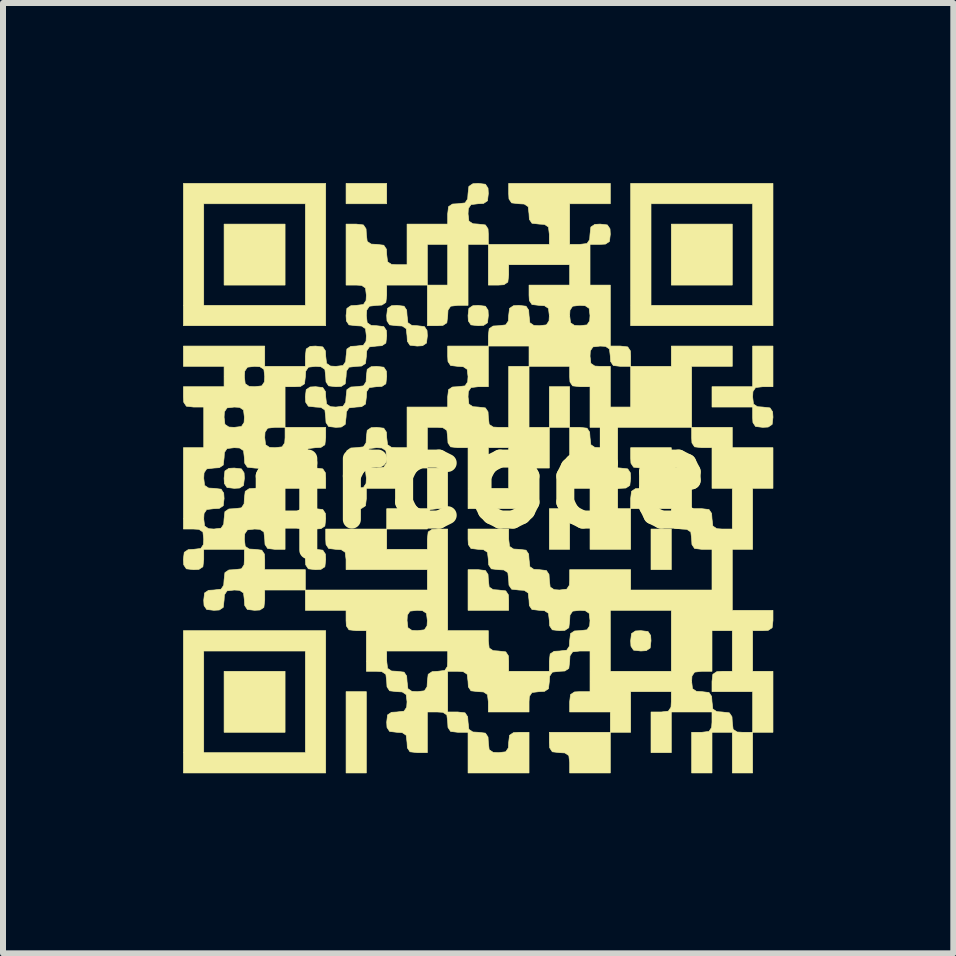
<source format=kicad_pcb>
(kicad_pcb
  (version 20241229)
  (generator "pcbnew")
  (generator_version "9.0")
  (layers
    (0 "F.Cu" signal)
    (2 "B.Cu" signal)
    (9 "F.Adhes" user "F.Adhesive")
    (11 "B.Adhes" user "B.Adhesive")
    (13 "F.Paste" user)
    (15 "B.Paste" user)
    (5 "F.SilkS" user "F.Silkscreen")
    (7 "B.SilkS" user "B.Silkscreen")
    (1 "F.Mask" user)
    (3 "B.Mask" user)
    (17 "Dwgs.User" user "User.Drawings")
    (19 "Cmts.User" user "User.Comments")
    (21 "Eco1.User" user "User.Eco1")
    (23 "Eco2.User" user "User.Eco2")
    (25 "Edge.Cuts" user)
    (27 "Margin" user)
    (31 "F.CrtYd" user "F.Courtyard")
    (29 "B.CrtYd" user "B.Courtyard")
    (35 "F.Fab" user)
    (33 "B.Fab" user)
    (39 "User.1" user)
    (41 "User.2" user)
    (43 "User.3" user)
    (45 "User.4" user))
  (footprint "qrcode"
    (layer "F.Cu")
    (at 4.916 4.916)
    (property "Reference" "qrcode" (at 0 0 0) (layer "F.SilkS") (effects (font (size 1.524 1.524) (thickness 0.3))))
    (attr through_hole)
    (fp_poly (pts (xy -3.217 -3.217) (xy -4.233 -3.217) (xy -4.233 -4.233) (xy -3.217 -4.233) (xy -3.217 -3.217)) (stroke (width 0.01) (type solid)) (fill yes) (layer "F.SilkS"))
    (fp_poly (pts (xy -3.217 4.233) (xy -4.233 4.233) (xy -4.233 3.217) (xy -3.217 3.217) (xy -3.217 4.233)) (stroke (width 0.01) (type solid)) (fill yes) (layer "F.SilkS"))
    (fp_poly (pts (xy -1.863 4.911) (xy -2.201 4.911) (xy -2.201 3.556) (xy -1.863 3.556) (xy -1.863 4.911)) (stroke (width 0.01) (type solid)) (fill yes) (layer "F.SilkS"))
    (fp_poly (pts (xy -1.524 -4.572) (xy -2.201 -4.572) (xy -2.201 -4.911) (xy -1.524 -4.911) (xy -1.524 -4.572)) (stroke (width 0.01) (type solid)) (fill yes) (layer "F.SilkS"))
    (fp_poly (pts (xy 1.524 -0.847) (xy 1.185 -0.847) (xy 1.185 -1.524) (xy 1.524 -1.524) (xy 1.524 -0.847)) (stroke (width 0.01) (type solid)) (fill yes) (layer "F.SilkS"))
    (fp_poly (pts (xy 1.524 1.185) (xy 1.185 1.185) (xy 1.185 0.508) (xy 1.524 0.508) (xy 1.524 1.185)) (stroke (width 0.01) (type solid)) (fill yes) (layer "F.SilkS"))
    (fp_poly (pts (xy 3.217 1.524) (xy 2.879 1.524) (xy 2.879 0.847) (xy 3.217 0.847) (xy 3.217 1.524)) (stroke (width 0.01) (type solid)) (fill yes) (layer "F.SilkS"))
    (fp_poly (pts (xy 4.233 -3.217) (xy 3.217 -3.217) (xy 3.217 -4.233) (xy 4.233 -4.233) (xy 4.233 -3.217)) (stroke (width 0.01) (type solid)) (fill yes) (layer "F.SilkS"))
    (fp_poly (pts (xy -2.54 -2.54) (xy -4.911 -2.54) (xy -4.911 -4.572) (xy -4.572 -4.572) (xy -4.572 -2.879) (xy -2.879 -2.879) (xy -2.879 -4.572) (xy -4.572 -4.572) (xy -4.911 -4.572) (xy -4.911 -4.911) (xy -2.54 -4.911) (xy -2.54 -2.54)) (stroke (width 0.01) (type solid)) (fill yes) (layer "F.SilkS"))
    (fp_poly (pts (xy -2.54 4.911) (xy -4.911 4.911) (xy -4.911 2.879) (xy -4.572 2.879) (xy -4.572 4.572) (xy -2.879 4.572) (xy -2.879 2.879) (xy -4.572 2.879) (xy -4.911 2.879) (xy -4.911 2.54) (xy -2.54 2.54) (xy -2.54 4.911)) (stroke (width 0.01) (type solid)) (fill yes) (layer "F.SilkS"))
    (fp_poly (pts (xy -0.508 0.508) (xy -0.677 0.508) (xy -0.797 0.522) (xy -0.841 0.588) (xy -0.847 0.677) (xy -0.847 0.847) (xy -1.524 0.847) (xy -1.524 0.508) (xy -0.847 0.508) (xy -0.847 -0.169) (xy -0.508 -0.169) (xy -0.508 0.508)) (stroke (width 0.01) (type solid)) (fill yes) (layer "F.SilkS"))
    (fp_poly (pts (xy 2.201 4.911) (xy 1.524 4.911) (xy 1.524 4.741) (xy 1.51 4.621) (xy 1.444 4.577) (xy 1.355 4.572) (xy 1.235 4.558) (xy 1.191 4.492) (xy 1.185 4.403) (xy 1.185 4.233) (xy 2.201 4.233) (xy 2.201 4.911)) (stroke (width 0.01) (type solid)) (fill yes) (layer "F.SilkS"))
    (fp_poly (pts (xy 4.911 -2.54) (xy 2.54 -2.54) (xy 2.54 -4.572) (xy 2.879 -4.572) (xy 2.879 -2.879) (xy 4.572 -2.879) (xy 4.572 -4.572) (xy 2.879 -4.572) (xy 2.54 -4.572) (xy 2.54 -4.911) (xy 4.911 -4.911) (xy 4.911 -2.54)) (stroke (width 0.01) (type solid)) (fill yes) (layer "F.SilkS"))
    (fp_poly (pts (xy -3.944 -0.155) (xy -3.9 -0.089) (xy -3.895 0) (xy -3.909 0.12) (xy -3.975 0.164) (xy -4.064 0.169) (xy -4.184 0.155) (xy -4.228 0.089) (xy -4.233 0) (xy -4.219 -0.12) (xy -4.153 -0.164) (xy -4.064 -0.169) (xy -3.944 -0.155)) (stroke (width 0.01) (type solid)) (fill yes) (layer "F.SilkS"))
    (fp_poly (pts (xy -2.589 0.522) (xy -2.545 0.588) (xy -2.54 0.677) (xy -2.554 0.797) (xy -2.62 0.841) (xy -2.709 0.847) (xy -2.829 0.833) (xy -2.873 0.767) (xy -2.879 0.677) (xy -2.865 0.557) (xy -2.799 0.513) (xy -2.709 0.508) (xy -2.589 0.522)) (stroke (width 0.01) (type solid)) (fill yes) (layer "F.SilkS"))
    (fp_poly (pts (xy -2.589 1.199) (xy -2.545 1.265) (xy -2.54 1.355) (xy -2.554 1.475) (xy -2.62 1.519) (xy -2.709 1.524) (xy -2.829 1.51) (xy -2.873 1.444) (xy -2.879 1.355) (xy -2.865 1.235) (xy -2.799 1.191) (xy -2.709 1.185) (xy -2.589 1.199)) (stroke (width 0.01) (type solid)) (fill yes) (layer "F.SilkS"))
    (fp_poly (pts (xy 0.12 -2.865) (xy 0.164 -2.799) (xy 0.169 -2.709) (xy 0.155 -2.589) (xy 0.089 -2.545) (xy 0 -2.54) (xy -0.12 -2.554) (xy -0.164 -2.62) (xy -0.169 -2.709) (xy -0.155 -2.829) (xy -0.089 -2.873) (xy 0 -2.879) (xy 0.12 -2.865)) (stroke (width 0.01) (type solid)) (fill yes) (layer "F.SilkS"))
    (fp_poly (pts (xy 2.829 2.554) (xy 2.873 2.62) (xy 2.879 2.709) (xy 2.865 2.829) (xy 2.799 2.873) (xy 2.709 2.879) (xy 2.589 2.865) (xy 2.545 2.799) (xy 2.54 2.709) (xy 2.554 2.589) (xy 2.62 2.545) (xy 2.709 2.54) (xy 2.829 2.554)) (stroke (width 0.01) (type solid)) (fill yes) (layer "F.SilkS"))
    (fp_poly (pts (xy 0.12 1.538) (xy 0.164 1.604) (xy 0.169 1.693) (xy 0.183 1.813) (xy 0.249 1.857) (xy 0.339 1.863) (xy 0.459 1.877) (xy 0.503 1.943) (xy 0.508 2.032) (xy 0.508 2.201) (xy -0.169 2.201) (xy -0.169 1.524) (xy 0 1.524) (xy 0.12 1.538)) (stroke (width 0.01) (type solid)) (fill yes) (layer "F.SilkS"))
    (fp_poly (pts (xy 4.911 -1.524) (xy 4.741 -1.524) (xy 4.621 -1.51) (xy 4.577 -1.444) (xy 4.572 -1.355) (xy 4.586 -1.235) (xy 4.652 -1.191) (xy 4.741 -1.185) (xy 4.861 -1.171) (xy 4.905 -1.105) (xy 4.911 -1.016) (xy 4.897 -0.896) (xy 4.831 -0.852) (xy 4.741 -0.847) (xy 4.621 -0.861) (xy 4.577 -0.927) (xy 4.572 -1.016) (xy 4.572 -1.185) (xy 3.895 -1.185) (xy 3.895 -1.524) (xy 4.572 -1.524) (xy 4.572 -2.201) (xy 4.911 -2.201) (xy 4.911 -1.524)) (stroke (width 0.01) (type solid)) (fill yes) (layer "F.SilkS"))
    (fp_poly (pts (xy -1.235 -2.865) (xy -1.191 -2.799) (xy -1.185 -2.709) (xy -1.171 -2.589) (xy -1.105 -2.545) (xy -1.016 -2.54) (xy -0.896 -2.526) (xy -0.852 -2.46) (xy -0.847 -2.371) (xy -0.861 -2.251) (xy -0.927 -2.207) (xy -1.016 -2.201) (xy -1.136 -2.215) (xy -1.18 -2.281) (xy -1.185 -2.371) (xy -1.199 -2.491) (xy -1.265 -2.535) (xy -1.355 -2.54) (xy -1.475 -2.554) (xy -1.519 -2.62) (xy -1.524 -2.709) (xy -1.51 -2.829) (xy -1.444 -2.873) (xy -1.355 -2.879) (xy -1.235 -2.865)) (stroke (width 0.01) (type solid)) (fill yes) (layer "F.SilkS"))
    (fp_poly (pts (xy 1.813 -0.833) (xy 1.857 -0.767) (xy 1.863 -0.677) (xy 1.877 -0.557) (xy 1.943 -0.513) (xy 2.032 -0.508) (xy 2.152 -0.494) (xy 2.196 -0.428) (xy 2.201 -0.339) (xy 2.215 -0.219) (xy 2.281 -0.175) (xy 2.371 -0.169) (xy 2.491 -0.155) (xy 2.535 -0.089) (xy 2.54 0) (xy 2.526 0.12) (xy 2.46 0.164) (xy 2.371 0.169) (xy 2.251 0.183) (xy 2.207 0.249) (xy 2.201 0.339) (xy 2.215 0.459) (xy 2.281 0.503) (xy 2.371 0.508) (xy 2.54 0.508) (xy 2.54 1.185) (xy 1.863 1.185) (xy 1.863 0.169) (xy 1.524 0.169) (xy 1.524 -0.847) (xy 1.693 -0.847) (xy 1.813 -0.833)) (stroke (width 0.01) (type solid)) (fill yes) (layer "F.SilkS"))
    (fp_poly (pts (xy -1.573 -1.849) (xy -1.529 -1.783) (xy -1.524 -1.693) (xy -1.538 -1.573) (xy -1.604 -1.529) (xy -1.693 -1.524) (xy -1.813 -1.51) (xy -1.857 -1.444) (xy -1.863 -1.355) (xy -1.877 -1.235) (xy -1.943 -1.191) (xy -2.032 -1.185) (xy -2.152 -1.171) (xy -2.196 -1.105) (xy -2.201 -1.016) (xy -2.215 -0.896) (xy -2.281 -0.852) (xy -2.371 -0.847) (xy -2.491 -0.861) (xy -2.535 -0.927) (xy -2.54 -1.016) (xy -2.554 -1.136) (xy -2.62 -1.18) (xy -2.709 -1.185) (xy -2.829 -1.199) (xy -2.873 -1.265) (xy -2.879 -1.355) (xy -2.865 -1.475) (xy -2.799 -1.519) (xy -2.709 -1.524) (xy -2.589 -1.51) (xy -2.545 -1.444) (xy -2.54 -1.355) (xy -2.526 -1.235) (xy -2.46 -1.191) (xy -2.371 -1.185) (xy -2.251 -1.199) (xy -2.207 -1.265) (xy -2.201 -1.355) (xy -2.187 -1.475) (xy -2.121 -1.519) (xy -2.032 -1.524) (xy -1.912 -1.538) (xy -1.868 -1.604) (xy -1.863 -1.693) (xy -1.849 -1.813) (xy -1.783 -1.857) (xy -1.693 -1.863) (xy -1.573 -1.849)) (stroke (width 0.01) (type solid)) (fill yes) (layer "F.SilkS"))
    (fp_poly (pts (xy 0.169 -1.524) (xy 0 -1.524) (xy -0.12 -1.51) (xy -0.164 -1.444) (xy -0.169 -1.355) (xy -0.155 -1.235) (xy -0.089 -1.191) (xy 0 -1.185) (xy 0.12 -1.171) (xy 0.164 -1.105) (xy 0.169 -1.016) (xy 0.183 -0.896) (xy 0.249 -0.852) (xy 0.339 -0.847) (xy 0.508 -0.847) (xy 0.508 -1.863) (xy 0.847 -1.863) (xy 0.847 -0.847) (xy 1.185 -0.847) (xy 1.185 -0.169) (xy 0.847 -0.169) (xy 0.847 0.508) (xy -0.169 0.508) (xy -0.169 -0.508) (xy 0.169 -0.508) (xy 0.169 0.169) (xy 0.508 0.169) (xy 0.508 -0.508) (xy 0.169 -0.508) (xy -0.169 -0.508) (xy -0.339 -0.508) (xy -0.459 -0.522) (xy -0.503 -0.588) (xy -0.508 -0.677) (xy -0.522 -0.797) (xy -0.588 -0.841) (xy -0.677 -0.847) (xy -0.847 -0.847) (xy -0.847 -0.169) (xy -1.016 -0.169) (xy -1.136 -0.155) (xy -1.18 -0.089) (xy -1.185 0) (xy -1.185 0.169) (xy -1.863 0.169) (xy -1.863 0.339) (xy -1.877 0.459) (xy -1.943 0.503) (xy -2.032 0.508) (xy -2.152 0.494) (xy -2.196 0.428) (xy -2.201 0.339) (xy -2.187 0.219) (xy -2.121 0.175) (xy -2.032 0.169) (xy -1.912 0.155) (xy -1.868 0.089) (xy -1.863 0) (xy -1.877 -0.12) (xy -1.943 -0.164) (xy -2.032 -0.169) (xy -2.152 -0.183) (xy -2.196 -0.249) (xy -2.201 -0.339) (xy -1.863 -0.339) (xy -1.849 -0.219) (xy -1.783 -0.175) (xy -1.693 -0.169) (xy -1.573 -0.183) (xy -1.529 -0.249) (xy -1.524 -0.339) (xy -1.538 -0.459) (xy -1.604 -0.503) (xy -1.693 -0.508) (xy -1.813 -0.494) (xy -1.857 -0.428) (xy -1.863 -0.339) (xy -2.201 -0.339) (xy -2.187 -0.459) (xy -2.121 -0.503) (xy -2.032 -0.508) (xy -1.912 -0.522) (xy -1.868 -0.588) (xy -1.863 -0.677) (xy -1.849 -0.797) (xy -1.783 -0.841) (xy -1.693 -0.847) (xy -1.573 -0.833) (xy -1.529 -0.767) (xy -1.524 -0.677) (xy -1.51 -0.557) (xy -1.444 -0.513) (xy -1.355 -0.508) (xy -1.185 -0.508) (xy -1.185 -1.185) (xy -0.508 -1.185) (xy -0.508 -1.355) (xy -0.494 -1.475) (xy -0.428 -1.519) (xy -0.339 -1.524) (xy -0.219 -1.538) (xy -0.175 -1.604) (xy -0.169 -1.693) (xy -0.183 -1.813) (xy -0.249 -1.857) (xy -0.339 -1.863) (xy -0.459 -1.877) (xy -0.503 -1.943) (xy -0.508 -2.032) (xy -0.508 -2.201) (xy 0.169 -2.201) (xy 0.169 -1.524)) (stroke (width 0.01) (type solid)) (fill yes) (layer "F.SilkS"))
    (fp_poly (pts (xy 2.201 -4.572) (xy 1.524 -4.572) (xy 1.524 -3.895) (xy 1.693 -3.895) (xy 1.813 -3.909) (xy 1.857 -3.975) (xy 1.863 -4.064) (xy 1.877 -4.184) (xy 1.943 -4.228) (xy 2.032 -4.233) (xy 2.152 -4.219) (xy 2.196 -4.153) (xy 2.201 -4.064) (xy 2.187 -3.944) (xy 2.121 -3.9) (xy 2.032 -3.895) (xy 1.863 -3.895) (xy 1.863 -3.217) (xy 2.201 -3.217) (xy 2.201 -2.201) (xy 2.371 -2.201) (xy 2.491 -2.187) (xy 2.535 -2.121) (xy 2.54 -2.032) (xy 2.54 -1.863) (xy 3.217 -1.863) (xy 3.217 -2.201) (xy 4.233 -2.201) (xy 4.233 -1.863) (xy 3.556 -1.863) (xy 3.556 -0.847) (xy 4.233 -0.847) (xy 4.233 -0.508) (xy 4.911 -0.508) (xy 4.911 0.169) (xy 4.572 0.169) (xy 4.572 1.185) (xy 4.233 1.185) (xy 4.233 2.201) (xy 4.911 2.201) (xy 4.911 2.371) (xy 4.897 2.491) (xy 4.831 2.535) (xy 4.741 2.54) (xy 4.572 2.54) (xy 4.572 3.217) (xy 4.911 3.217) (xy 4.911 4.233) (xy 4.572 4.233) (xy 4.572 4.911) (xy 4.233 4.911) (xy 4.233 4.233) (xy 3.895 4.233) (xy 3.895 4.911) (xy 3.556 4.911) (xy 3.556 4.233) (xy 3.725 4.233) (xy 3.845 4.219) (xy 3.889 4.153) (xy 3.895 4.064) (xy 3.895 3.895) (xy 3.217 3.895) (xy 3.217 4.572) (xy 2.879 4.572) (xy 2.879 3.895) (xy 3.048 3.895) (xy 3.168 3.881) (xy 3.212 3.815) (xy 3.217 3.725) (xy 3.217 3.556) (xy 2.54 3.556) (xy 2.54 4.233) (xy 2.201 4.233) (xy 2.201 3.895) (xy 1.524 3.895) (xy 1.524 3.725) (xy 1.538 3.605) (xy 1.604 3.561) (xy 1.693 3.556) (xy 1.863 3.556) (xy 1.863 3.387) (xy 3.556 3.387) (xy 3.57 3.507) (xy 3.636 3.551) (xy 3.725 3.556) (xy 3.845 3.57) (xy 3.889 3.636) (xy 3.895 3.725) (xy 3.909 3.845) (xy 3.975 3.889) (xy 4.064 3.895) (xy 4.184 3.909) (xy 4.228 3.975) (xy 4.233 4.064) (xy 4.247 4.184) (xy 4.313 4.228) (xy 4.403 4.233) (xy 4.572 4.233) (xy 4.572 3.556) (xy 3.895 3.556) (xy 3.895 3.387) (xy 3.909 3.267) (xy 3.975 3.223) (xy 4.064 3.217) (xy 4.233 3.217) (xy 4.233 2.54) (xy 3.895 2.54) (xy 3.895 3.217) (xy 3.725 3.217) (xy 3.605 3.231) (xy 3.561 3.297) (xy 3.556 3.387) (xy 1.863 3.387) (xy 1.863 2.879) (xy 1.693 2.879) (xy 1.573 2.893) (xy 1.529 2.959) (xy 1.524 3.048) (xy 1.51 3.168) (xy 1.444 3.212) (xy 1.355 3.217) (xy 1.235 3.231) (xy 1.191 3.297) (xy 1.185 3.387) (xy 1.171 3.507) (xy 1.105 3.551) (xy 1.016 3.556) (xy 0.896 3.57) (xy 0.852 3.636) (xy 0.847 3.725) (xy 0.847 3.895) (xy 0.169 3.895) (xy 0.169 3.725) (xy 0.155 3.605) (xy 0.089 3.561) (xy 0 3.556) (xy -0.12 3.542) (xy -0.164 3.476) (xy -0.169 3.387) (xy -0.183 3.267) (xy -0.249 3.223) (xy -0.339 3.217) (xy -0.508 3.217) (xy -0.508 3.895) (xy -0.339 3.895) (xy -0.219 3.909) (xy -0.175 3.975) (xy -0.169 4.064) (xy -0.155 4.184) (xy -0.089 4.228) (xy 0 4.233) (xy 0.12 4.247) (xy 0.164 4.313) (xy 0.169 4.403) (xy 0.183 4.523) (xy 0.249 4.567) (xy 0.339 4.572) (xy 0.459 4.558) (xy 0.503 4.492) (xy 0.508 4.403) (xy 0.522 4.283) (xy 0.588 4.239) (xy 0.677 4.233) (xy 0.847 4.233) (xy 0.847 4.911) (xy -0.169 4.911) (xy -0.169 4.233) (xy -0.339 4.233) (xy -0.459 4.219) (xy -0.503 4.153) (xy -0.508 4.064) (xy -0.522 3.944) (xy -0.588 3.9) (xy -0.677 3.895) (xy -0.847 3.895) (xy -0.847 4.572) (xy -1.016 4.572) (xy -1.136 4.558) (xy -1.18 4.492) (xy -1.185 4.403) (xy -1.199 4.283) (xy -1.265 4.239) (xy -1.355 4.233) (xy -1.475 4.219) (xy -1.519 4.153) (xy -1.524 4.064) (xy -1.51 3.944) (xy -1.444 3.9) (xy -1.355 3.895) (xy -1.235 3.881) (xy -1.191 3.815) (xy -1.185 3.725) (xy -1.199 3.605) (xy -1.265 3.561) (xy -1.355 3.556) (xy -1.475 3.542) (xy -1.519 3.476) (xy -1.524 3.387) (xy -1.538 3.267) (xy -1.604 3.223) (xy -1.693 3.217) (xy -1.863 3.217) (xy -1.863 2.879) (xy -1.524 2.879) (xy -1.524 3.048) (xy -1.51 3.168) (xy -1.444 3.212) (xy -1.355 3.217) (xy -1.235 3.231) (xy -1.191 3.297) (xy -1.185 3.387) (xy -1.171 3.507) (xy -1.105 3.551) (xy -1.016 3.556) (xy -0.896 3.542) (xy -0.852 3.476) (xy -0.847 3.387) (xy -0.833 3.267) (xy -0.767 3.223) (xy -0.677 3.217) (xy -0.557 3.203) (xy -0.513 3.137) (xy -0.508 3.048) (xy -0.508 2.879) (xy -1.524 2.879) (xy -1.863 2.879) (xy -1.863 2.54) (xy -2.032 2.54) (xy -2.152 2.526) (xy -2.196 2.46) (xy -2.201 2.371) (xy -1.185 2.371) (xy -1.171 2.491) (xy -1.105 2.535) (xy -1.016 2.54) (xy -0.896 2.526) (xy -0.852 2.46) (xy -0.847 2.371) (xy -0.861 2.251) (xy -0.927 2.207) (xy -1.016 2.201) (xy -1.136 2.215) (xy -1.18 2.281) (xy -1.185 2.371) (xy -2.201 2.371) (xy -2.201 2.201) (xy -2.879 2.201) (xy -2.879 1.863) (xy -3.556 1.863) (xy -3.556 2.032) (xy -3.57 2.152) (xy -3.636 2.196) (xy -3.725 2.201) (xy -3.845 2.187) (xy -3.889 2.121) (xy -3.895 2.032) (xy -3.909 1.912) (xy -3.975 1.868) (xy -4.064 1.863) (xy -4.184 1.877) (xy -4.228 1.943) (xy -4.233 2.032) (xy -4.247 2.152) (xy -4.313 2.196) (xy -4.403 2.201) (xy -4.523 2.187) (xy -4.567 2.121) (xy -4.572 2.032) (xy -4.558 1.912) (xy -4.492 1.868) (xy -4.403 1.863) (xy -4.283 1.849) (xy -4.239 1.783) (xy -4.233 1.693) (xy -4.219 1.573) (xy -4.153 1.529) (xy -4.064 1.524) (xy -3.944 1.51) (xy -3.9 1.444) (xy -3.895 1.355) (xy -3.895 1.185) (xy -4.572 1.185) (xy -4.572 1.355) (xy -4.586 1.475) (xy -4.652 1.519) (xy -4.741 1.524) (xy -4.861 1.51) (xy -4.905 1.444) (xy -4.911 1.355) (xy -4.897 1.235) (xy -4.831 1.191) (xy -4.741 1.185) (xy -4.621 1.171) (xy -4.577 1.105) (xy -4.572 1.016) (xy -3.895 1.016) (xy -3.881 1.136) (xy -3.815 1.18) (xy -3.725 1.185) (xy -3.605 1.199) (xy -3.561 1.265) (xy -3.556 1.355) (xy -3.556 1.524) (xy -2.879 1.524) (xy -2.879 1.863) (xy -0.847 1.863) (xy -0.847 1.524) (xy -2.201 1.524) (xy -2.201 1.355) (xy -2.215 1.235) (xy -2.281 1.191) (xy -2.371 1.185) (xy -2.491 1.171) (xy -2.535 1.105) (xy -2.54 1.016) (xy -2.54 0.847) (xy -1.524 0.847) (xy -1.524 1.185) (xy -0.847 1.185) (xy -0.847 1.016) (xy -0.833 0.896) (xy -0.767 0.852) (xy -0.677 0.847) (xy -0.508 0.847) (xy -0.508 2.54) (xy 0.169 2.54) (xy 0.169 2.709) (xy 0.183 2.829) (xy 0.249 2.873) (xy 0.339 2.879) (xy 0.459 2.893) (xy 0.503 2.959) (xy 0.508 3.048) (xy 0.508 3.217) (xy 1.185 3.217) (xy 1.185 3.048) (xy 1.199 2.928) (xy 1.265 2.884) (xy 1.355 2.879) (xy 1.475 2.865) (xy 1.519 2.799) (xy 1.524 2.709) (xy 1.538 2.589) (xy 1.604 2.545) (xy 1.693 2.54) (xy 1.813 2.526) (xy 1.857 2.46) (xy 1.863 2.371) (xy 1.849 2.251) (xy 1.783 2.207) (xy 1.693 2.201) (xy 2.201 2.201) (xy 2.201 3.217) (xy 3.217 3.217) (xy 3.217 2.201) (xy 2.201 2.201) (xy 1.693 2.201) (xy 1.573 2.215) (xy 1.529 2.281) (xy 1.524 2.371) (xy 1.51 2.491) (xy 1.444 2.535) (xy 1.355 2.54) (xy 1.235 2.526) (xy 1.191 2.46) (xy 1.185 2.371) (xy 1.171 2.251) (xy 1.105 2.207) (xy 1.016 2.201) (xy 0.896 2.187) (xy 0.852 2.121) (xy 0.847 2.032) (xy 0.833 1.912) (xy 0.767 1.868) (xy 0.677 1.863) (xy 0.557 1.849) (xy 0.513 1.783) (xy 0.508 1.693) (xy 0.494 1.573) (xy 0.428 1.529) (xy 0.339 1.524) (xy 0.219 1.51) (xy 0.175 1.444) (xy 0.169 1.355) (xy 0.155 1.235) (xy 0.089 1.191) (xy 0 1.185) (xy -0.12 1.171) (xy -0.164 1.105) (xy -0.169 1.016) (xy -0.169 0.847) (xy 0.508 0.847) (xy 0.508 1.016) (xy 0.522 1.136) (xy 0.588 1.18) (xy 0.677 1.185) (xy 0.797 1.199) (xy 0.841 1.265) (xy 0.847 1.355) (xy 0.861 1.475) (xy 0.927 1.519) (xy 1.016 1.524) (xy 1.136 1.538) (xy 1.18 1.604) (xy 1.185 1.693) (xy 1.199 1.813) (xy 1.265 1.857) (xy 1.355 1.863) (xy 1.475 1.849) (xy 1.519 1.783) (xy 1.524 1.693) (xy 1.524 1.524) (xy 2.54 1.524) (xy 2.54 1.863) (xy 3.895 1.863) (xy 3.895 1.185) (xy 3.725 1.185) (xy 3.605 1.171) (xy 3.561 1.105) (xy 3.556 1.016) (xy 3.542 0.896) (xy 3.476 0.852) (xy 3.387 0.847) (xy 3.267 0.833) (xy 3.223 0.767) (xy 3.217 0.677) (xy 3.217 0.508) (xy 2.54 0.508) (xy 2.54 0.339) (xy 2.554 0.219) (xy 2.62 0.175) (xy 2.709 0.169) (xy 2.829 0.155) (xy 2.873 0.089) (xy 2.879 0) (xy 2.865 -0.12) (xy 2.799 -0.164) (xy 2.709 -0.169) (xy 2.589 -0.183) (xy 2.545 -0.249) (xy 2.54 -0.339) (xy 2.54 -0.508) (xy 3.217 -0.508) (xy 3.217 -0.339) (xy 3.231 -0.219) (xy 3.297 -0.175) (xy 3.387 -0.169) (xy 3.556 -0.169) (xy 3.556 0.508) (xy 3.725 0.508) (xy 3.845 0.522) (xy 3.889 0.588) (xy 3.895 0.677) (xy 3.909 0.797) (xy 3.975 0.841) (xy 4.064 0.847) (xy 4.233 0.847) (xy 4.233 0.169) (xy 3.895 0.169) (xy 3.895 -0.508) (xy 3.725 -0.508) (xy 3.605 -0.522) (xy 3.561 -0.588) (xy 3.556 -0.677) (xy 3.556 -0.847) (xy 1.863 -0.847) (xy 1.863 -1.524) (xy 1.693 -1.524) (xy 1.573 -1.538) (xy 1.529 -1.604) (xy 1.524 -1.693) (xy 1.524 -1.863) (xy 0.847 -1.863) (xy 0.847 -2.032) (xy 1.863 -2.032) (xy 1.877 -1.912) (xy 1.943 -1.868) (xy 2.032 -1.863) (xy 2.201 -1.863) (xy 2.201 -1.185) (xy 2.54 -1.185) (xy 2.54 -1.863) (xy 2.371 -1.863) (xy 2.251 -1.877) (xy 2.207 -1.943) (xy 2.201 -2.032) (xy 2.187 -2.152) (xy 2.121 -2.196) (xy 2.032 -2.201) (xy 1.912 -2.187) (xy 1.868 -2.121) (xy 1.863 -2.032) (xy 0.847 -2.032) (xy 0.847 -2.201) (xy 0.169 -2.201) (xy 0.169 -2.371) (xy 0.183 -2.491) (xy 0.249 -2.535) (xy 0.339 -2.54) (xy 0.459 -2.554) (xy 0.503 -2.62) (xy 0.508 -2.709) (xy 0.522 -2.829) (xy 0.588 -2.873) (xy 0.677 -2.879) (xy 0.797 -2.865) (xy 0.841 -2.799) (xy 0.847 -2.709) (xy 0.861 -2.589) (xy 0.927 -2.545) (xy 1.016 -2.54) (xy 1.136 -2.554) (xy 1.18 -2.62) (xy 1.185 -2.709) (xy 1.524 -2.709) (xy 1.538 -2.589) (xy 1.604 -2.545) (xy 1.693 -2.54) (xy 1.813 -2.554) (xy 1.857 -2.62) (xy 1.863 -2.709) (xy 1.849 -2.829) (xy 1.783 -2.873) (xy 1.693 -2.879) (xy 1.573 -2.865) (xy 1.529 -2.799) (xy 1.524 -2.709) (xy 1.185 -2.709) (xy 1.171 -2.829) (xy 1.105 -2.873) (xy 1.016 -2.879) (xy 0.896 -2.893) (xy 0.852 -2.959) (xy 0.847 -3.048) (xy 0.847 -3.217) (xy 1.524 -3.217) (xy 1.524 -3.556) (xy 0.508 -3.556) (xy 0.508 -3.387) (xy 0.494 -3.267) (xy 0.428 -3.223) (xy 0.339 -3.217) (xy 0.169 -3.217) (xy 0.169 -3.895) (xy -0.169 -3.895) (xy -0.169 -2.879) (xy -0.339 -2.879) (xy -0.459 -2.865) (xy -0.503 -2.799) (xy -0.508 -2.709) (xy -0.522 -2.589) (xy -0.588 -2.545) (xy -0.677 -2.54) (xy -0.847 -2.54) (xy -0.847 -3.217) (xy -1.524 -3.217) (xy -1.524 -3.048) (xy -1.538 -2.928) (xy -1.604 -2.884) (xy -1.693 -2.879) (xy -1.813 -2.865) (xy -1.857 -2.799) (xy -1.863 -2.709) (xy -1.849 -2.589) (xy -1.783 -2.545) (xy -1.693 -2.54) (xy -1.573 -2.526) (xy -1.529 -2.46) (xy -1.524 -2.371) (xy -1.538 -2.251) (xy -1.604 -2.207) (xy -1.693 -2.201) (xy -1.813 -2.187) (xy -1.857 -2.121) (xy -1.863 -2.032) (xy -1.877 -1.912) (xy -1.943 -1.868) (xy -2.032 -1.863) (xy -2.152 -1.849) (xy -2.196 -1.783) (xy -2.201 -1.693) (xy -2.215 -1.573) (xy -2.281 -1.529) (xy -2.371 -1.524) (xy -2.491 -1.538) (xy -2.535 -1.604) (xy -2.54 -1.693) (xy -2.554 -1.813) (xy -2.62 -1.857) (xy -2.709 -1.863) (xy -2.829 -1.849) (xy -2.873 -1.783) (xy -2.879 -1.693) (xy -2.893 -1.573) (xy -2.959 -1.529) (xy -3.048 -1.524) (xy -3.217 -1.524) (xy -3.217 -0.847) (xy -2.54 -0.847) (xy -2.54 -0.677) (xy -2.554 -0.557) (xy -2.62 -0.513) (xy -2.709 -0.508) (xy -2.829 -0.494) (xy -2.873 -0.428) (xy -2.879 -0.339) (xy -2.865 -0.219) (xy -2.799 -0.175) (xy -2.709 -0.169) (xy -2.589 -0.155) (xy -2.545 -0.089) (xy -2.54 0) (xy -2.54 0.169) (xy -3.217 0.169) (xy -3.217 1.185) (xy -3.387 1.185) (xy -3.507 1.171) (xy -3.551 1.105) (xy -3.556 1.016) (xy -3.57 0.896) (xy -3.636 0.852) (xy -3.725 0.847) (xy -3.845 0.861) (xy -3.889 0.927) (xy -3.895 1.016) (xy -4.572 1.016) (xy -4.586 0.896) (xy -4.652 0.852) (xy -4.741 0.847) (xy -4.911 0.847) (xy -4.911 0) (xy -4.572 0) (xy -4.558 0.12) (xy -4.492 0.164) (xy -4.403 0.169) (xy -4.283 0.183) (xy -4.239 0.249) (xy -4.233 0.339) (xy -4.247 0.459) (xy -4.313 0.503) (xy -4.403 0.508) (xy -4.523 0.522) (xy -4.567 0.588) (xy -4.572 0.677) (xy -4.558 0.797) (xy -4.492 0.841) (xy -4.403 0.847) (xy -4.283 0.833) (xy -4.239 0.767) (xy -4.233 0.677) (xy -4.219 0.557) (xy -4.153 0.513) (xy -4.064 0.508) (xy -3.944 0.494) (xy -3.9 0.428) (xy -3.895 0.339) (xy -3.881 0.219) (xy -3.815 0.175) (xy -3.725 0.169) (xy -3.605 0.155) (xy -3.561 0.089) (xy -3.556 0) (xy -3.57 -0.12) (xy -3.636 -0.164) (xy -3.725 -0.169) (xy -3.845 -0.183) (xy -3.889 -0.249) (xy -3.895 -0.339) (xy -3.909 -0.459) (xy -3.975 -0.503) (xy -4.064 -0.508) (xy -4.184 -0.494) (xy -4.228 -0.428) (xy -4.233 -0.339) (xy -4.247 -0.219) (xy -4.313 -0.175) (xy -4.403 -0.169) (xy -4.523 -0.155) (xy -4.567 -0.089) (xy -4.572 0) (xy -4.911 0) (xy -4.911 -0.508) (xy -4.572 -0.508) (xy -4.572 -0.677) (xy -3.556 -0.677) (xy -3.542 -0.557) (xy -3.476 -0.513) (xy -3.387 -0.508) (xy -3.267 -0.522) (xy -3.223 -0.588) (xy -3.217 -0.677) (xy -3.217 -0.847) (xy -3.387 -0.847) (xy -3.507 -0.833) (xy -3.551 -0.767) (xy -3.556 -0.677) (xy -4.572 -0.677) (xy -4.572 -1.016) (xy -4.233 -1.016) (xy -4.219 -0.896) (xy -4.153 -0.852) (xy -4.064 -0.847) (xy -3.944 -0.861) (xy -3.9 -0.927) (xy -3.895 -1.016) (xy -3.909 -1.136) (xy -3.975 -1.18) (xy -4.064 -1.185) (xy -4.184 -1.171) (xy -4.228 -1.105) (xy -4.233 -1.016) (xy -4.572 -1.016) (xy -4.572 -1.185) (xy -4.741 -1.185) (xy -4.861 -1.199) (xy -4.905 -1.265) (xy -4.911 -1.355) (xy -4.911 -1.524) (xy -4.233 -1.524) (xy -4.233 -1.693) (xy -3.895 -1.693) (xy -3.881 -1.573) (xy -3.815 -1.529) (xy -3.725 -1.524) (xy -3.605 -1.538) (xy -3.561 -1.604) (xy -3.556 -1.693) (xy -3.57 -1.813) (xy -3.636 -1.857) (xy -3.725 -1.863) (xy -3.845 -1.849) (xy -3.889 -1.783) (xy -3.895 -1.693) (xy -4.233 -1.693) (xy -4.233 -1.863) (xy -4.911 -1.863) (xy -4.911 -2.201) (xy -3.556 -2.201) (xy -3.556 -1.863) (xy -2.879 -1.863) (xy -2.879 -2.032) (xy -2.865 -2.152) (xy -2.799 -2.196) (xy -2.709 -2.201) (xy -2.589 -2.187) (xy -2.545 -2.121) (xy -2.54 -2.032) (xy -2.526 -1.912) (xy -2.46 -1.868) (xy -2.371 -1.863) (xy -2.251 -1.877) (xy -2.207 -1.943) (xy -2.201 -2.032) (xy -2.187 -2.152) (xy -2.121 -2.196) (xy -2.032 -2.201) (xy -1.912 -2.215) (xy -1.868 -2.281) (xy -1.863 -2.371) (xy -1.877 -2.491) (xy -1.943 -2.535) (xy -2.032 -2.54) (xy -2.152 -2.554) (xy -2.196 -2.62) (xy -2.201 -2.709) (xy -2.187 -2.829) (xy -2.121 -2.873) (xy -2.032 -2.879) (xy -1.912 -2.893) (xy -1.868 -2.959) (xy -1.863 -3.048) (xy -1.877 -3.168) (xy -1.943 -3.212) (xy -2.032 -3.217) (xy -2.201 -3.217) (xy -2.201 -4.233) (xy -2.032 -4.233) (xy -1.912 -4.219) (xy -1.868 -4.153) (xy -1.863 -4.064) (xy -1.849 -3.944) (xy -1.783 -3.9) (xy -1.693 -3.895) (xy -1.573 -3.881) (xy -1.529 -3.815) (xy -1.524 -3.725) (xy -1.51 -3.605) (xy -1.444 -3.561) (xy -1.355 -3.556) (xy -1.185 -3.556) (xy -1.185 -3.895) (xy -0.847 -3.895) (xy -0.847 -3.217) (xy -0.508 -3.217) (xy -0.508 -3.895) (xy -0.847 -3.895) (xy -1.185 -3.895) (xy -1.185 -4.233) (xy -0.508 -4.233) (xy -0.508 -4.403) (xy -0.494 -4.523) (xy -0.428 -4.567) (xy -0.339 -4.572) (xy -0.219 -4.586) (xy -0.175 -4.652) (xy -0.169 -4.741) (xy -0.155 -4.861) (xy -0.089 -4.905) (xy 0 -4.911) (xy 0.12 -4.897) (xy 0.164 -4.831) (xy 0.169 -4.741) (xy 0.155 -4.621) (xy 0.089 -4.577) (xy 0 -4.572) (xy -0.12 -4.558) (xy -0.164 -4.492) (xy -0.169 -4.403) (xy -0.155 -4.283) (xy -0.089 -4.239) (xy 0 -4.233) (xy 0.12 -4.219) (xy 0.164 -4.153) (xy 0.169 -4.064) (xy 0.169 -3.895) (xy 1.185 -3.895) (xy 1.185 -4.064) (xy 1.171 -4.184) (xy 1.105 -4.228) (xy 1.016 -4.233) (xy 0.896 -4.247) (xy 0.852 -4.313) (xy 0.847 -4.403) (xy 0.833 -4.523) (xy 0.767 -4.567) (xy 0.677 -4.572) (xy 0.557 -4.586) (xy 0.513 -4.652) (xy 0.508 -4.741) (xy 0.508 -4.911) (xy 2.201 -4.911) (xy 2.201 -4.572)) (stroke (width 0.01) (type solid)) (fill yes) (layer "F.SilkS")))
  (gr_rect
    (start -3 -3)
    (end 12.831 12.831)
    (stroke (width 0.1) (type default))
    (fill no)
    (layer "Edge.Cuts")))
</source>
